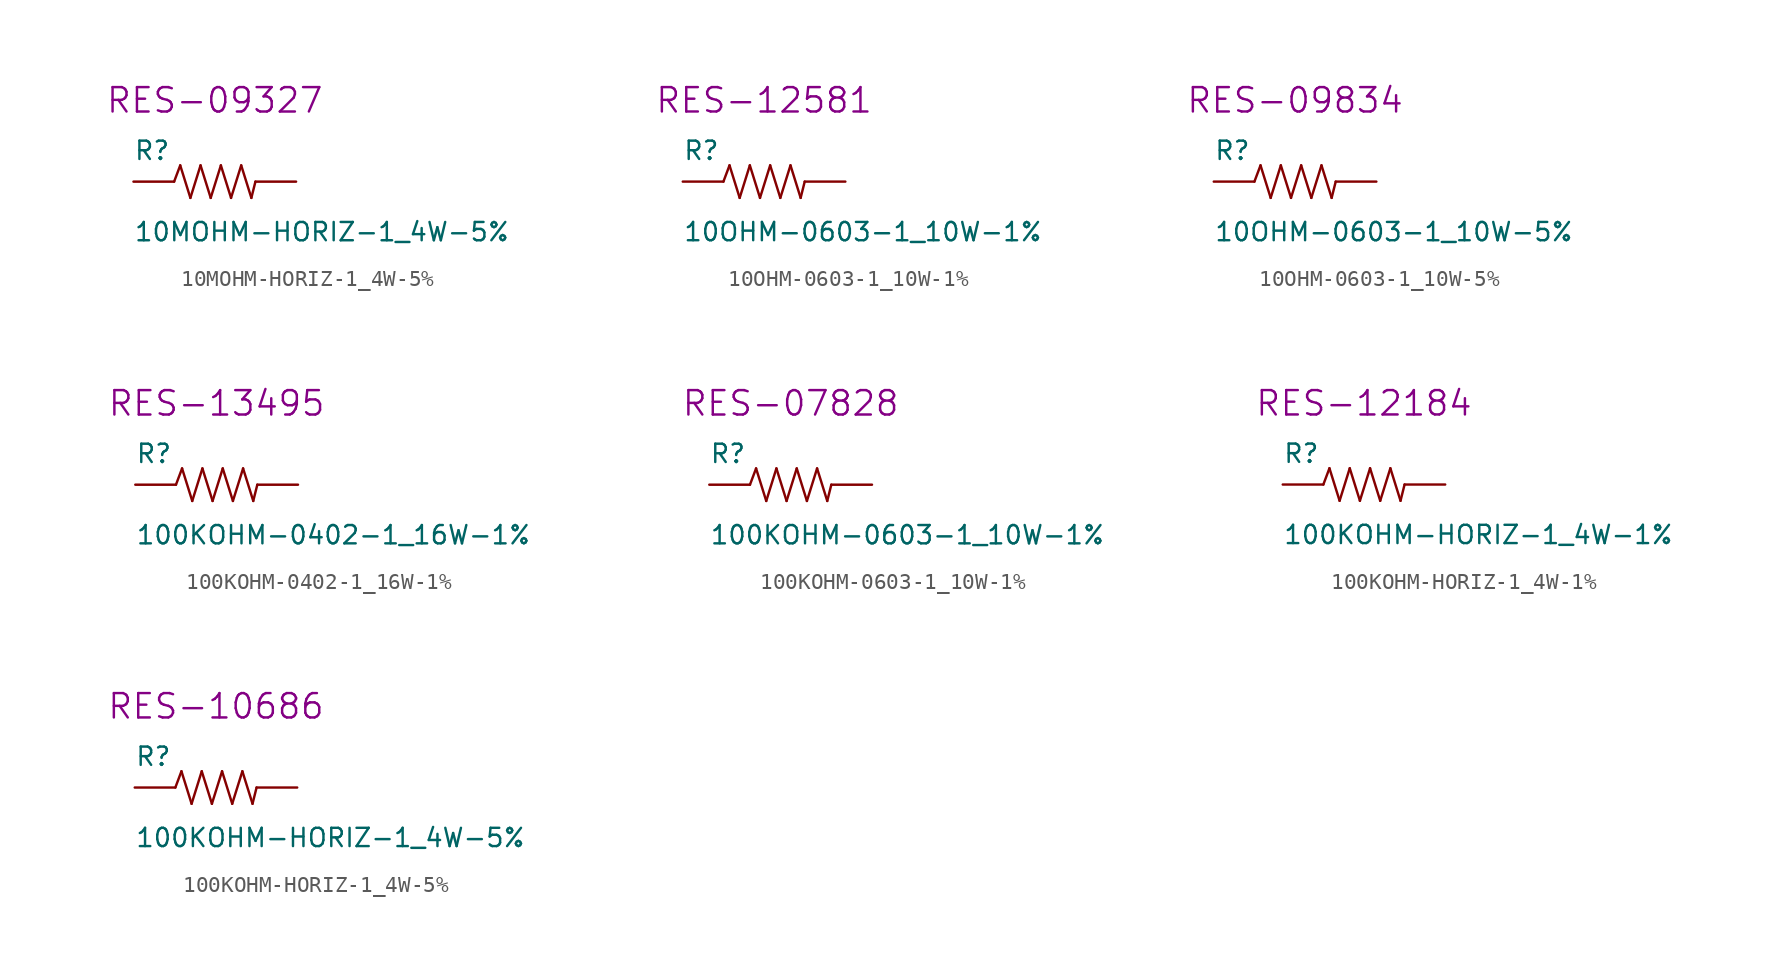
<source format=kicad_sym>
(kicad_symbol_lib
  (version 20220914)
  (generator kicad_symbol_editor)
  (symbol "10MOHM-HORIZ-1_4W-5%"
    (pin_numbers hide)
    (pin_names
      (offset 1.016) hide)
    (property "Reference" "R"
      (at -5.08 1.27 0)
      (effects (font (size 1.143 1.143)) (justify left bottom)))
    (property "Value" "10MOHM-HORIZ-1_4W-5%"
      (at -5.08 -3.81 0)
      (effects (font (size 1.143 1.143)) (justify left bottom)))
    (property "Field4" "RES-09327"
      (at 0 5.08 0)
      (effects (font (size 1.524 1.524))))
    (property "ki_locked" ""
      (at 0 0 0)
      (effects (font (size 1.27 1.27))))
    (symbol "10MOHM-HORIZ-1_4W-5%_1_0"
      (polyline (pts (xy -2.54 0) (xy -2.159 1.016)) (stroke (width 0) (type solid)) (fill (type none)))
      (polyline (pts (xy -2.159 1.016) (xy -1.524 -1.016)) (stroke (width 0) (type solid)) (fill (type none)))
      (polyline (pts (xy -1.524 -1.016) (xy -0.889 1.016)) (stroke (width 0) (type solid)) (fill (type none)))
      (polyline (pts (xy -0.889 1.016) (xy -0.254 -1.016)) (stroke (width 0) (type solid)) (fill (type none)))
      (polyline (pts (xy -0.254 -1.016) (xy 0.381 1.016)) (stroke (width 0) (type solid)) (fill (type none)))
      (polyline (pts (xy 0.381 1.016) (xy 1.016 -1.016)) (stroke (width 0) (type solid)) (fill (type none)))
      (polyline (pts (xy 1.016 -1.016) (xy 1.651 1.016)) (stroke (width 0) (type solid)) (fill (type none)))
      (polyline (pts (xy 1.651 1.016) (xy 2.286 -1.016)) (stroke (width 0) (type solid)) (fill (type none)))
      (polyline (pts (xy 2.286 -1.016) (xy 2.54 0)) (stroke (width 0) (type solid)) (fill (type none))))
    (symbol "10MOHM-HORIZ-1_4W-5%_1_1"
      (pin passive line (at -5.08 0 0) (length 2.54) (name "1" (effects (font (size 1.016 1.016)))) (number "P$1" (effects (font (size 1.016 1.016)))))
      (pin passive line (at 5.08 0 180) (length 2.54) (name "2" (effects (font (size 1.016 1.016)))) (number "P$2" (effects (font (size 1.016 1.016)))))))
  (symbol "10OHM-0603-1_10W-1%"
    (pin_numbers hide)
    (pin_names
      (offset 1.016) hide)
    (property "Reference" "R"
      (at -5.08 1.27 0)
      (effects (font (size 1.143 1.143)) (justify left bottom)))
    (property "Value" "10OHM-0603-1_10W-1%"
      (at -5.08 -3.81 0)
      (effects (font (size 1.143 1.143)) (justify left bottom)))
    (property "Field4" "RES-12581"
      (at 0 5.08 0)
      (effects (font (size 1.524 1.524))))
    (property "ki_locked" ""
      (at 0 0 0)
      (effects (font (size 1.27 1.27))))
    (symbol "10OHM-0603-1_10W-1%_1_0"
      (polyline (pts (xy -2.54 0) (xy -2.159 1.016)) (stroke (width 0) (type solid)) (fill (type none)))
      (polyline (pts (xy -2.159 1.016) (xy -1.524 -1.016)) (stroke (width 0) (type solid)) (fill (type none)))
      (polyline (pts (xy -1.524 -1.016) (xy -0.889 1.016)) (stroke (width 0) (type solid)) (fill (type none)))
      (polyline (pts (xy -0.889 1.016) (xy -0.254 -1.016)) (stroke (width 0) (type solid)) (fill (type none)))
      (polyline (pts (xy -0.254 -1.016) (xy 0.381 1.016)) (stroke (width 0) (type solid)) (fill (type none)))
      (polyline (pts (xy 0.381 1.016) (xy 1.016 -1.016)) (stroke (width 0) (type solid)) (fill (type none)))
      (polyline (pts (xy 1.016 -1.016) (xy 1.651 1.016)) (stroke (width 0) (type solid)) (fill (type none)))
      (polyline (pts (xy 1.651 1.016) (xy 2.286 -1.016)) (stroke (width 0) (type solid)) (fill (type none)))
      (polyline (pts (xy 2.286 -1.016) (xy 2.54 0)) (stroke (width 0) (type solid)) (fill (type none))))
    (symbol "10OHM-0603-1_10W-1%_1_1"
      (pin passive line (at -5.08 0 0) (length 2.54) (name "1" (effects (font (size 1.016 1.016)))) (number "1" (effects (font (size 1.016 1.016)))))
      (pin passive line (at 5.08 0 180) (length 2.54) (name "2" (effects (font (size 1.016 1.016)))) (number "2" (effects (font (size 1.016 1.016)))))))
  (symbol "10OHM-0603-1_10W-5%"
    (pin_numbers hide)
    (pin_names
      (offset 1.016) hide)
    (property "Reference" "R"
      (at -5.08 1.27 0)
      (effects (font (size 1.143 1.143)) (justify left bottom)))
    (property "Value" "10OHM-0603-1_10W-5%"
      (at -5.08 -3.81 0)
      (effects (font (size 1.143 1.143)) (justify left bottom)))
    (property "Field4" "RES-09834"
      (at 0 5.08 0)
      (effects (font (size 1.524 1.524))))
    (property "ki_locked" ""
      (at 0 0 0)
      (effects (font (size 1.27 1.27))))
    (symbol "10OHM-0603-1_10W-5%_1_0"
      (polyline (pts (xy -2.54 0) (xy -2.159 1.016)) (stroke (width 0) (type solid)) (fill (type none)))
      (polyline (pts (xy -2.159 1.016) (xy -1.524 -1.016)) (stroke (width 0) (type solid)) (fill (type none)))
      (polyline (pts (xy -1.524 -1.016) (xy -0.889 1.016)) (stroke (width 0) (type solid)) (fill (type none)))
      (polyline (pts (xy -0.889 1.016) (xy -0.254 -1.016)) (stroke (width 0) (type solid)) (fill (type none)))
      (polyline (pts (xy -0.254 -1.016) (xy 0.381 1.016)) (stroke (width 0) (type solid)) (fill (type none)))
      (polyline (pts (xy 0.381 1.016) (xy 1.016 -1.016)) (stroke (width 0) (type solid)) (fill (type none)))
      (polyline (pts (xy 1.016 -1.016) (xy 1.651 1.016)) (stroke (width 0) (type solid)) (fill (type none)))
      (polyline (pts (xy 1.651 1.016) (xy 2.286 -1.016)) (stroke (width 0) (type solid)) (fill (type none)))
      (polyline (pts (xy 2.286 -1.016) (xy 2.54 0)) (stroke (width 0) (type solid)) (fill (type none))))
    (symbol "10OHM-0603-1_10W-5%_1_1"
      (pin passive line (at -5.08 0 0) (length 2.54) (name "1" (effects (font (size 1.016 1.016)))) (number "1" (effects (font (size 1.016 1.016)))))
      (pin passive line (at 5.08 0 180) (length 2.54) (name "2" (effects (font (size 1.016 1.016)))) (number "2" (effects (font (size 1.016 1.016)))))))
  (symbol "100KOHM-0402-1_16W-1%"
    (pin_numbers hide)
    (pin_names
      (offset 1.016) hide)
    (property "Reference" "R"
      (at -5.08 1.27 0)
      (effects (font (size 1.143 1.143)) (justify left bottom)))
    (property "Value" "100KOHM-0402-1_16W-1%"
      (at -5.08 -3.81 0)
      (effects (font (size 1.143 1.143)) (justify left bottom)))
    (property "Field4" "RES-13495"
      (at 0 5.08 0)
      (effects (font (size 1.524 1.524))))
    (property "ki_locked" ""
      (at 0 0 0)
      (effects (font (size 1.27 1.27))))
    (symbol "100KOHM-0402-1_16W-1%_1_0"
      (polyline (pts (xy -2.54 0) (xy -2.159 1.016)) (stroke (width 0) (type solid)) (fill (type none)))
      (polyline (pts (xy -2.159 1.016) (xy -1.524 -1.016)) (stroke (width 0) (type solid)) (fill (type none)))
      (polyline (pts (xy -1.524 -1.016) (xy -0.889 1.016)) (stroke (width 0) (type solid)) (fill (type none)))
      (polyline (pts (xy -0.889 1.016) (xy -0.254 -1.016)) (stroke (width 0) (type solid)) (fill (type none)))
      (polyline (pts (xy -0.254 -1.016) (xy 0.381 1.016)) (stroke (width 0) (type solid)) (fill (type none)))
      (polyline (pts (xy 0.381 1.016) (xy 1.016 -1.016)) (stroke (width 0) (type solid)) (fill (type none)))
      (polyline (pts (xy 1.016 -1.016) (xy 1.651 1.016)) (stroke (width 0) (type solid)) (fill (type none)))
      (polyline (pts (xy 1.651 1.016) (xy 2.286 -1.016)) (stroke (width 0) (type solid)) (fill (type none)))
      (polyline (pts (xy 2.286 -1.016) (xy 2.54 0)) (stroke (width 0) (type solid)) (fill (type none))))
    (symbol "100KOHM-0402-1_16W-1%_1_1"
      (pin passive line (at -5.08 0 0) (length 2.54) (name "1" (effects (font (size 1.016 1.016)))) (number "1" (effects (font (size 1.016 1.016)))))
      (pin passive line (at 5.08 0 180) (length 2.54) (name "2" (effects (font (size 1.016 1.016)))) (number "2" (effects (font (size 1.016 1.016)))))))
  (symbol "100KOHM-0603-1_10W-1%"
    (pin_numbers hide)
    (pin_names
      (offset 1.016) hide)
    (property "Reference" "R"
      (at -5.08 1.27 0)
      (effects (font (size 1.143 1.143)) (justify left bottom)))
    (property "Value" "100KOHM-0603-1_10W-1%"
      (at -5.08 -3.81 0)
      (effects (font (size 1.143 1.143)) (justify left bottom)))
    (property "Field4" "RES-07828"
      (at 0 5.08 0)
      (effects (font (size 1.524 1.524))))
    (property "ki_locked" ""
      (at 0 0 0)
      (effects (font (size 1.27 1.27))))
    (symbol "100KOHM-0603-1_10W-1%_1_0"
      (polyline (pts (xy -2.54 0) (xy -2.159 1.016)) (stroke (width 0) (type solid)) (fill (type none)))
      (polyline (pts (xy -2.159 1.016) (xy -1.524 -1.016)) (stroke (width 0) (type solid)) (fill (type none)))
      (polyline (pts (xy -1.524 -1.016) (xy -0.889 1.016)) (stroke (width 0) (type solid)) (fill (type none)))
      (polyline (pts (xy -0.889 1.016) (xy -0.254 -1.016)) (stroke (width 0) (type solid)) (fill (type none)))
      (polyline (pts (xy -0.254 -1.016) (xy 0.381 1.016)) (stroke (width 0) (type solid)) (fill (type none)))
      (polyline (pts (xy 0.381 1.016) (xy 1.016 -1.016)) (stroke (width 0) (type solid)) (fill (type none)))
      (polyline (pts (xy 1.016 -1.016) (xy 1.651 1.016)) (stroke (width 0) (type solid)) (fill (type none)))
      (polyline (pts (xy 1.651 1.016) (xy 2.286 -1.016)) (stroke (width 0) (type solid)) (fill (type none)))
      (polyline (pts (xy 2.286 -1.016) (xy 2.54 0)) (stroke (width 0) (type solid)) (fill (type none))))
    (symbol "100KOHM-0603-1_10W-1%_1_1"
      (pin passive line (at -5.08 0 0) (length 2.54) (name "1" (effects (font (size 1.016 1.016)))) (number "1" (effects (font (size 1.016 1.016)))))
      (pin passive line (at 5.08 0 180) (length 2.54) (name "2" (effects (font (size 1.016 1.016)))) (number "2" (effects (font (size 1.016 1.016)))))))
  (symbol "100KOHM-HORIZ-1_4W-1%"
    (pin_numbers hide)
    (pin_names
      (offset 1.016) hide)
    (property "Reference" "R"
      (at -5.08 1.27 0)
      (effects (font (size 1.143 1.143)) (justify left bottom)))
    (property "Value" "100KOHM-HORIZ-1_4W-1%"
      (at -5.08 -3.81 0)
      (effects (font (size 1.143 1.143)) (justify left bottom)))
    (property "Field4" "RES-12184"
      (at 0 5.08 0)
      (effects (font (size 1.524 1.524))))
    (property "ki_locked" ""
      (at 0 0 0)
      (effects (font (size 1.27 1.27))))
    (symbol "100KOHM-HORIZ-1_4W-1%_1_0"
      (polyline (pts (xy -2.54 0) (xy -2.159 1.016)) (stroke (width 0) (type solid)) (fill (type none)))
      (polyline (pts (xy -2.159 1.016) (xy -1.524 -1.016)) (stroke (width 0) (type solid)) (fill (type none)))
      (polyline (pts (xy -1.524 -1.016) (xy -0.889 1.016)) (stroke (width 0) (type solid)) (fill (type none)))
      (polyline (pts (xy -0.889 1.016) (xy -0.254 -1.016)) (stroke (width 0) (type solid)) (fill (type none)))
      (polyline (pts (xy -0.254 -1.016) (xy 0.381 1.016)) (stroke (width 0) (type solid)) (fill (type none)))
      (polyline (pts (xy 0.381 1.016) (xy 1.016 -1.016)) (stroke (width 0) (type solid)) (fill (type none)))
      (polyline (pts (xy 1.016 -1.016) (xy 1.651 1.016)) (stroke (width 0) (type solid)) (fill (type none)))
      (polyline (pts (xy 1.651 1.016) (xy 2.286 -1.016)) (stroke (width 0) (type solid)) (fill (type none)))
      (polyline (pts (xy 2.286 -1.016) (xy 2.54 0)) (stroke (width 0) (type solid)) (fill (type none))))
    (symbol "100KOHM-HORIZ-1_4W-1%_1_1"
      (pin passive line (at -5.08 0 0) (length 2.54) (name "1" (effects (font (size 1.016 1.016)))) (number "P$1" (effects (font (size 1.016 1.016)))))
      (pin passive line (at 5.08 0 180) (length 2.54) (name "2" (effects (font (size 1.016 1.016)))) (number "P$2" (effects (font (size 1.016 1.016)))))))
  (symbol "100KOHM-HORIZ-1_4W-5%"
    (pin_numbers hide)
    (pin_names
      (offset 1.016) hide)
    (property "Reference" "R"
      (at -5.08 1.27 0)
      (effects (font (size 1.143 1.143)) (justify left bottom)))
    (property "Value" "100KOHM-HORIZ-1_4W-5%"
      (at -5.08 -3.81 0)
      (effects (font (size 1.143 1.143)) (justify left bottom)))
    (property "Field4" "RES-10686"
      (at 0 5.08 0)
      (effects (font (size 1.524 1.524))))
    (property "ki_locked" ""
      (at 0 0 0)
      (effects (font (size 1.27 1.27))))
    (symbol "100KOHM-HORIZ-1_4W-5%_1_0"
      (polyline (pts (xy -2.54 0) (xy -2.159 1.016)) (stroke (width 0) (type solid)) (fill (type none)))
      (polyline (pts (xy -2.159 1.016) (xy -1.524 -1.016)) (stroke (width 0) (type solid)) (fill (type none)))
      (polyline (pts (xy -1.524 -1.016) (xy -0.889 1.016)) (stroke (width 0) (type solid)) (fill (type none)))
      (polyline (pts (xy -0.889 1.016) (xy -0.254 -1.016)) (stroke (width 0) (type solid)) (fill (type none)))
      (polyline (pts (xy -0.254 -1.016) (xy 0.381 1.016)) (stroke (width 0) (type solid)) (fill (type none)))
      (polyline (pts (xy 0.381 1.016) (xy 1.016 -1.016)) (stroke (width 0) (type solid)) (fill (type none)))
      (polyline (pts (xy 1.016 -1.016) (xy 1.651 1.016)) (stroke (width 0) (type solid)) (fill (type none)))
      (polyline (pts (xy 1.651 1.016) (xy 2.286 -1.016)) (stroke (width 0) (type solid)) (fill (type none)))
      (polyline (pts (xy 2.286 -1.016) (xy 2.54 0)) (stroke (width 0) (type solid)) (fill (type none))))
    (symbol "100KOHM-HORIZ-1_4W-5%_1_1"
      (pin passive line (at -5.08 0 0) (length 2.54) (name "1" (effects (font (size 1.016 1.016)))) (number "P$1" (effects (font (size 1.016 1.016)))))
      (pin passive line (at 5.08 0 180) (length 2.54) (name "2" (effects (font (size 1.016 1.016)))) (number "P$2" (effects (font (size 1.016 1.016))))))))
</source>
